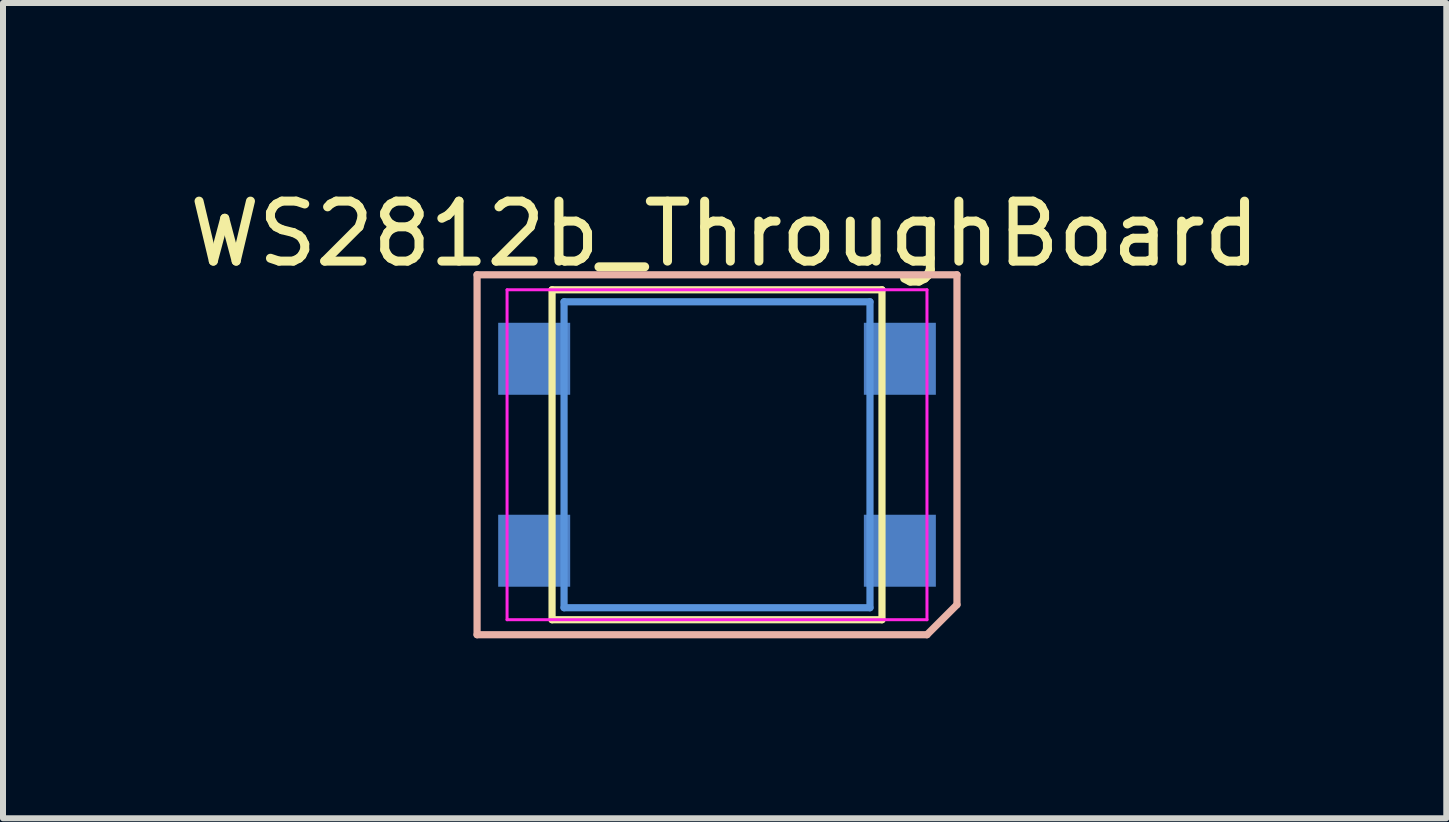
<source format=kicad_pcb>
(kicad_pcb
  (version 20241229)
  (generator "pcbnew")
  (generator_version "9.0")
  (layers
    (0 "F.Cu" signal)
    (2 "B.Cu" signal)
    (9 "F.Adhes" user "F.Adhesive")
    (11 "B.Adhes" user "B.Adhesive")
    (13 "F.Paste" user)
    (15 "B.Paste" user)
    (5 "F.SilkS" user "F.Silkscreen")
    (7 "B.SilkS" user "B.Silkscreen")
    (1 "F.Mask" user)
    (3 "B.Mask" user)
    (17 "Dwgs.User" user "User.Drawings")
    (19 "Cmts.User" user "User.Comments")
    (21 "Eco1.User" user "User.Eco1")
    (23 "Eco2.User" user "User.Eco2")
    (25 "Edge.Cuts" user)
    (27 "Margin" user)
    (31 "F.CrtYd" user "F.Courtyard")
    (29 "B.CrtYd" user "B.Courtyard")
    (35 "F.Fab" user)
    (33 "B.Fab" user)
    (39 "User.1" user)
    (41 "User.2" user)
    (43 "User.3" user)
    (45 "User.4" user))
  (footprint "WS2812b_ThroughBoard"
    (layer "F.Cu")
    (at 8.903 4.531)
    (property "Reference" "WS2812b_ThroughBoard" (at 0.127 -3.683 0) (layer "F.SilkS") (effects (font (size 1 1) (thickness 0.15))))
    (attr smd)
    (fp_line (start -2.75 -2.75) (end 2.75 -2.75) (stroke (width 0.12) (type solid)) (layer "F.SilkS"))
    (fp_line (start -2.75 2.75) (end -2.75 -2.75) (stroke (width 0.12) (type solid)) (layer "F.SilkS"))
    (fp_line (start 2.75 -2.75) (end 2.75 2.75) (stroke (width 0.12) (type solid)) (layer "F.SilkS"))
    (fp_line (start 2.75 2.75) (end -2.75 2.75) (stroke (width 0.12) (type solid)) (layer "F.SilkS"))
    (fp_line (start -4 -3) (end 4 -3) (stroke (width 0.12) (type solid)) (layer "B.SilkS"))
    (fp_line (start -4 3) (end -4 -3) (stroke (width 0.12) (type solid)) (layer "B.SilkS"))
    (fp_line (start 3.5 3) (end -4 3) (stroke (width 0.12) (type solid)) (layer "B.SilkS"))
    (fp_line (start 3.5 3) (end 4 2.5) (stroke (width 0.12) (type solid)) (layer "B.SilkS"))
    (fp_line (start 4 -3) (end 4 2.5) (stroke (width 0.12) (type solid)) (layer "B.SilkS"))
    (fp_line (start -2.55 -2.55) (end 2.55 -2.55) (stroke (width 0.12) (type solid)) (layer "Cmts.User"))
    (fp_line (start -2.55 2.55) (end -2.55 -2.55) (stroke (width 0.12) (type solid)) (layer "Cmts.User"))
    (fp_line (start 2.55 -2.55) (end 2.55 2.55) (stroke (width 0.12) (type solid)) (layer "Cmts.User"))
    (fp_line (start 2.55 2.55) (end -2.55 2.55) (stroke (width 0.12) (type solid)) (layer "Cmts.User"))
    (fp_line (start -3.5 -2.75) (end -3.5 2.75) (stroke (width 0.05) (type solid)) (layer "F.CrtYd"))
    (fp_line (start -3.5 -2.75) (end 3.5 -2.75) (stroke (width 0.05) (type solid)) (layer "F.CrtYd"))
    (fp_line (start 3.5 -2.75) (end 3.5 2.75) (stroke (width 0.05) (type solid)) (layer "F.CrtYd"))
    (fp_line (start 3.5 2.75) (end -3.5 2.75) (stroke (width 0.05) (type solid)) (layer "F.CrtYd"))
    (pad "1" smd rect (at -3.048 -1.6 270) (size 1.2 1.2) (layers "B.Cu" "B.Mask" "B.Paste"))
    (pad "2" smd rect (at -3.048 1.6 270) (size 1.2 1.2) (layers "B.Cu" "B.Mask" "B.Paste"))
    (pad "3" smd rect (at 3.048 1.6 90) (size 1.2 1.2) (layers "B.Cu" "B.Mask" "B.Paste"))
    (pad "4" smd rect (at 3.048 -1.6 270) (size 1.2 1.2) (layers "B.Cu" "B.Mask" "B.Paste")))
  (gr_rect
    (start -3 -3)
    (end 21.06 10.591)
    (stroke (width 0.1) (type default))
    (fill no)
    (layer "Edge.Cuts")))
</source>
